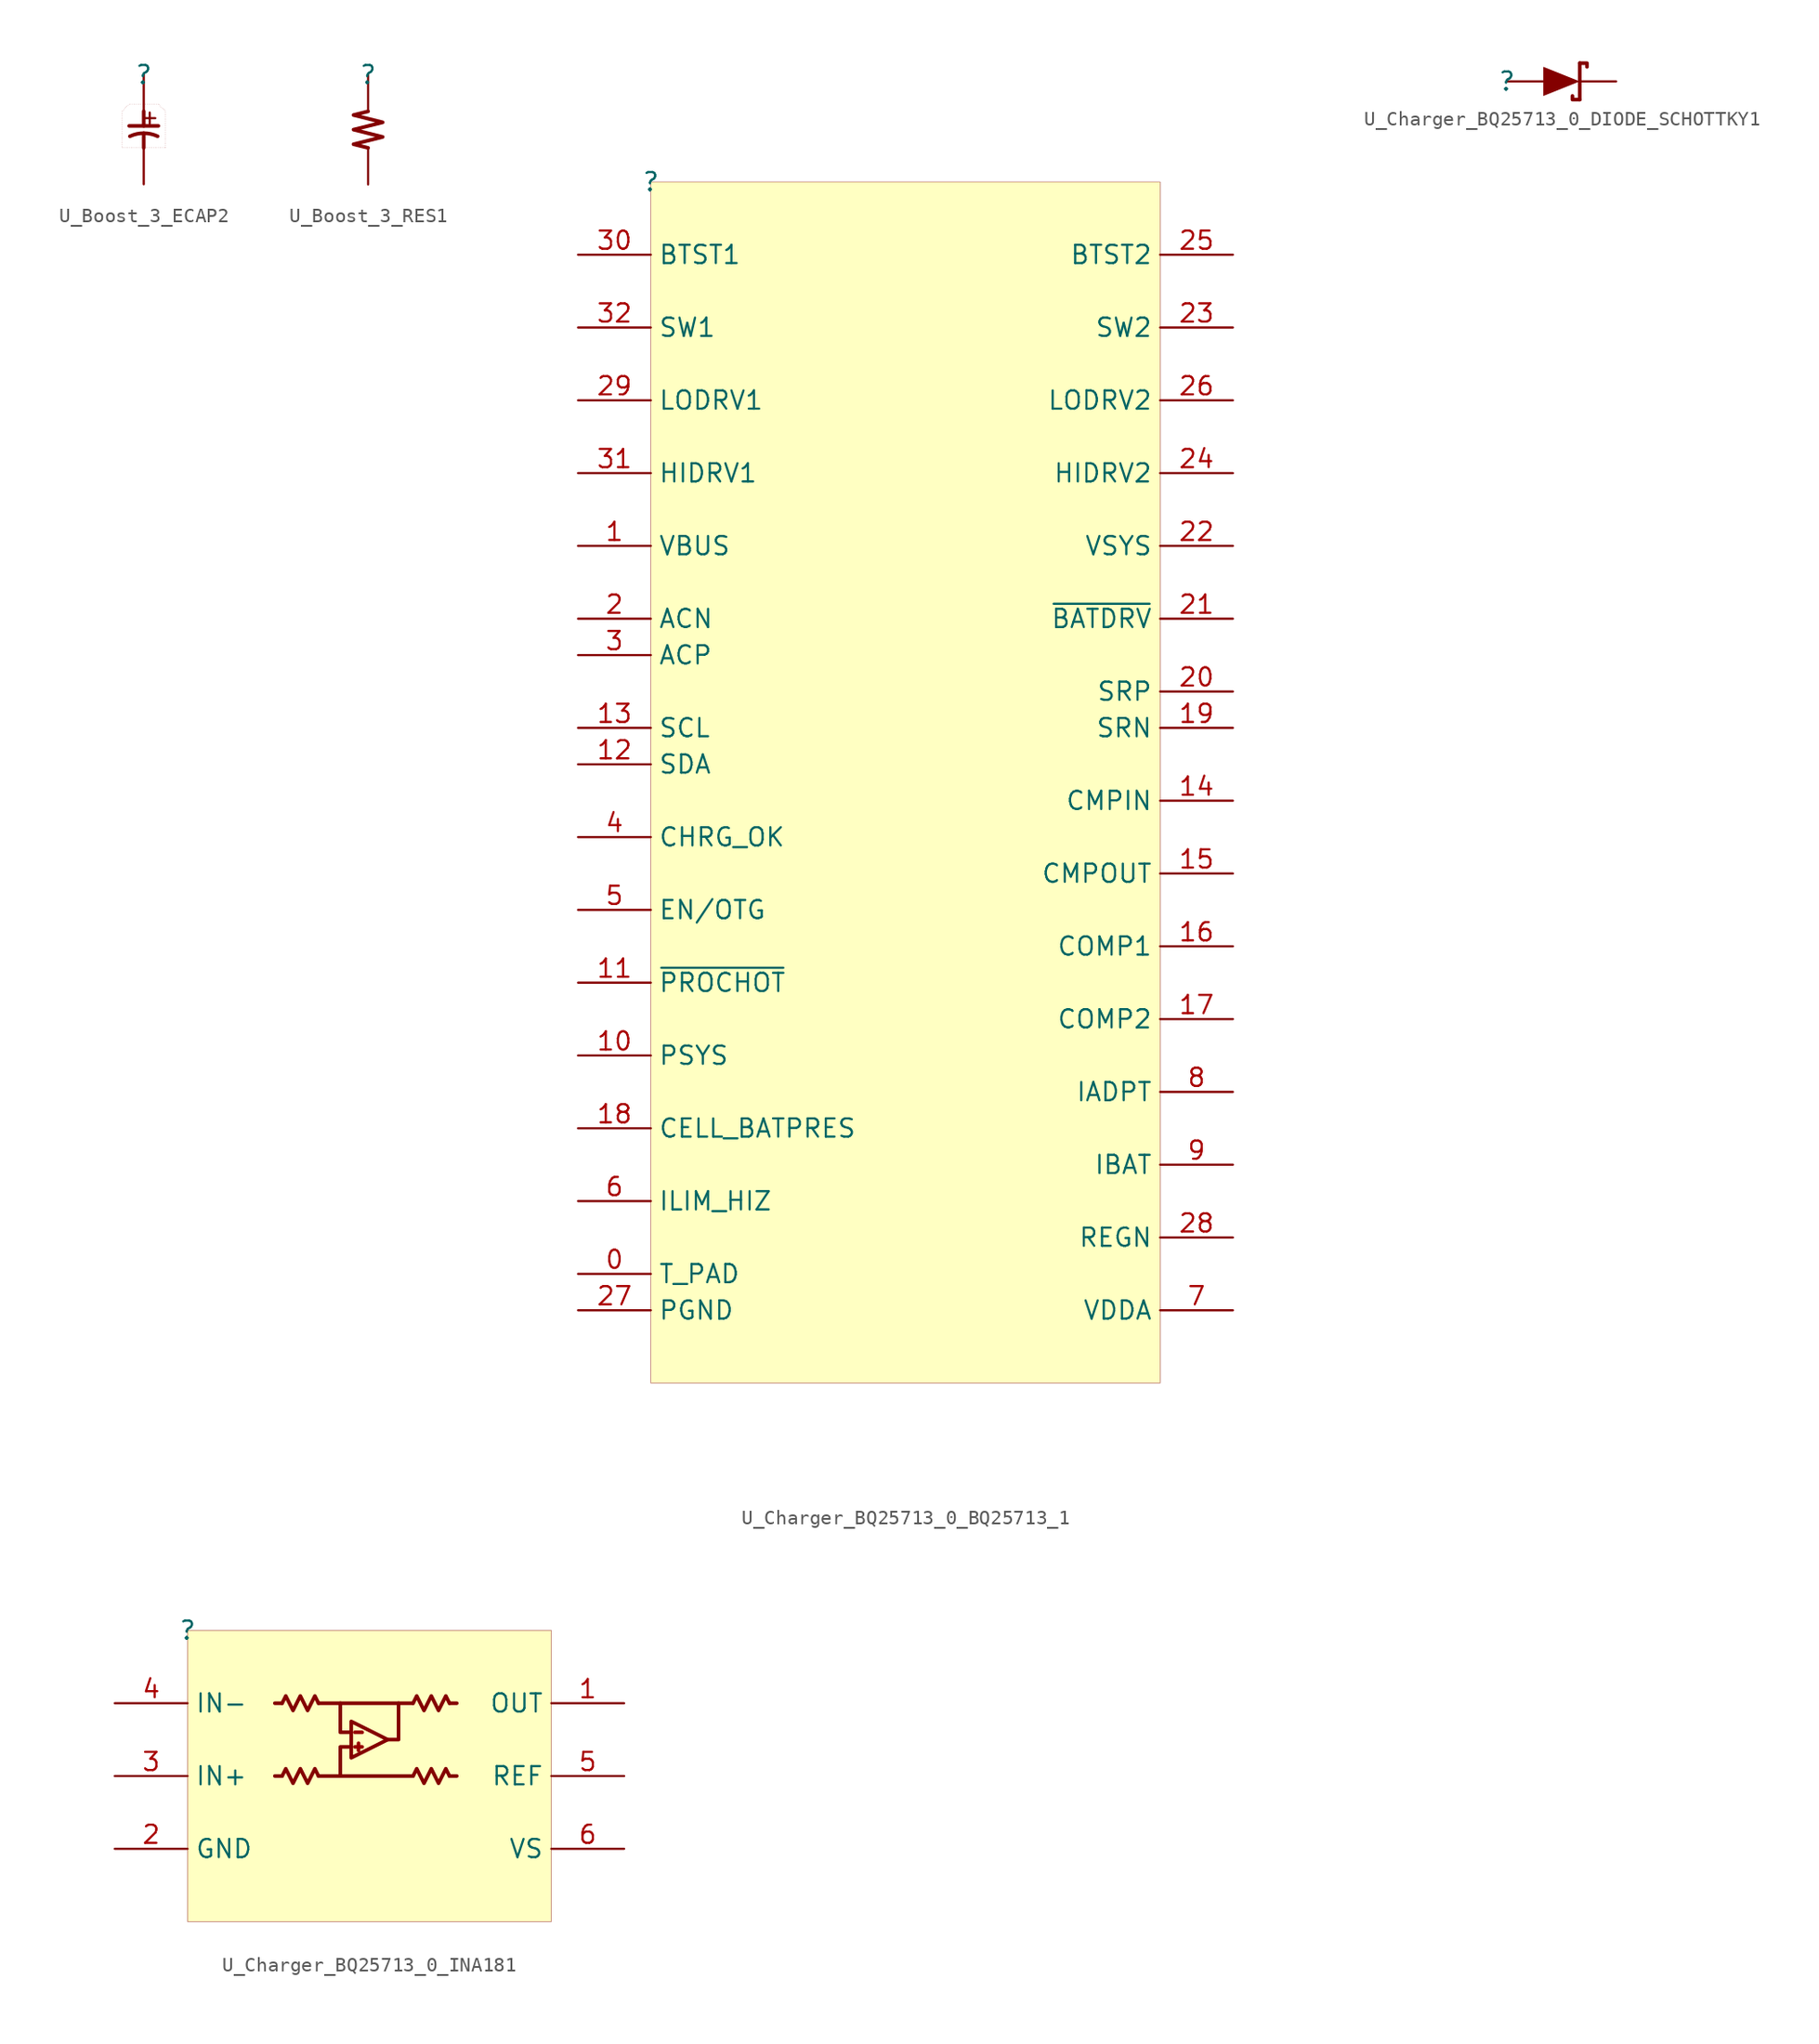
<source format=kicad_sym>
(kicad_symbol_lib
  (version 20231120)
  (generator "kicad_symbol_editor")
  (generator_version "8.0")
  (symbol "U_Boost_3_ECAP2"
    (property "Reference" ""
      (at 0 0 0)
      (effects (font (size 1.27 1.27))))
    (property "Value" ""
      (at 0 0 0)
      (effects (font (size 1.27 1.27))))
    (symbol "U_Boost_3_ECAP2_1_0"
      (polyline (pts (xy 0 -5.08) (xy 0 -4.064)) (stroke (width 0.254) (type solid)) (fill (type none)))
      (polyline (pts (xy 0 -3.556) (xy 0 -2.54)) (stroke (width 0.254) (type solid)) (fill (type none)))
      (polyline (pts (xy 1.016 -3.556) (xy -1.016 -3.556)) (stroke (width 0.254) (type solid)) (fill (type none)))
      (polyline (pts (xy 1.524 -5.08) (xy -1.524 -5.08) (xy -1.524 -2.54) (xy -1.016 -2.032) (xy 1.016 -2.032) (xy 1.524 -2.54) (xy 1.524 -5.08)) (stroke (width 0.025) (type dot)) (fill (type none)))
      (arc (start 0.9661 -4.2782) (mid 0 -4.064) (end -0.9661 -4.2782) (stroke (width 0.254) (type solid)) (fill (type none)))
      (text "+" (at -0.254 -2.286 900) (effects (font (size 1.016 1.016)) (justify right top)))
      (pin passive line (at 0 0 270) (length 2.54) (name "1" (effects (font (size 0 0)))) (number "1" (effects (font (size 0 0)))))
      (pin passive line (at 0 -7.62 90) (length 2.54) (name "2" (effects (font (size 0 0)))) (number "2" (effects (font (size 0 0)))))))
  (symbol "U_Boost_3_RES1"
    (property "Reference" ""
      (at 0 0 0)
      (effects (font (size 1.27 1.27))))
    (property "Value" ""
      (at 0 0 0)
      (effects (font (size 1.27 1.27))))
    (symbol "U_Boost_3_RES1_1_0"
      (polyline (pts (xy 0 -2.54) (xy -1.016 -2.794) (xy 1.016 -3.302) (xy -1.016 -3.81) (xy 1.016 -4.318) (xy -1.016 -4.826) (xy 0 -5.08)) (stroke (width 0.254) (type solid)) (fill (type none)))
      (pin passive line (at 0 0 270) (length 2.54) (name "1" (effects (font (size 0 0)))) (number "1" (effects (font (size 0 0)))))
      (pin passive line (at 0 -7.62 90) (length 2.54) (name "2" (effects (font (size 0 0)))) (number "2" (effects (font (size 0 0)))))))
  (symbol "U_Charger_BQ25713_0_BQ25713_1"
    (property "Reference" ""
      (at 0 0 0)
      (effects (font (size 1.27 1.27))))
    (property "Value" ""
      (at 0 0 0)
      (effects (font (size 1.27 1.27))))
    (symbol "U_Charger_BQ25713_0_BQ25713_1_1_0"
      (rectangle (start 35.56 0) (end 0 -83.82) (stroke (width 0.025) (type solid) (color 128 0 0 1)) (fill (type background)))
      (pin passive line (at -5.08 -76.2 0) (length 5.08) (name "T_PAD" (effects (font (size 1.27 1.27)))) (number "0" (effects (font (size 1.27 1.27)))))
      (pin passive line (at -5.08 -25.4 0) (length 5.08) (name "VBUS" (effects (font (size 1.27 1.27)))) (number "1" (effects (font (size 1.27 1.27)))))
      (pin passive line (at -5.08 -60.96 0) (length 5.08) (name "PSYS" (effects (font (size 1.27 1.27)))) (number "10" (effects (font (size 1.27 1.27)))))
      (pin passive line (at -5.08 -55.88 0) (length 5.08) (name "~{PROCHOT}" (effects (font (size 1.27 1.27)))) (number "11" (effects (font (size 1.27 1.27)))))
      (pin passive line (at -5.08 -40.64 0) (length 5.08) (name "SDA" (effects (font (size 1.27 1.27)))) (number "12" (effects (font (size 1.27 1.27)))))
      (pin passive line (at -5.08 -38.1 0) (length 5.08) (name "SCL" (effects (font (size 1.27 1.27)))) (number "13" (effects (font (size 1.27 1.27)))))
      (pin passive line (at 40.64 -43.18 180) (length 5.08) (name "CMPIN" (effects (font (size 1.27 1.27)))) (number "14" (effects (font (size 1.27 1.27)))))
      (pin passive line (at 40.64 -48.26 180) (length 5.08) (name "CMPOUT" (effects (font (size 1.27 1.27)))) (number "15" (effects (font (size 1.27 1.27)))))
      (pin passive line (at 40.64 -53.34 180) (length 5.08) (name "COMP1" (effects (font (size 1.27 1.27)))) (number "16" (effects (font (size 1.27 1.27)))))
      (pin passive line (at 40.64 -58.42 180) (length 5.08) (name "COMP2" (effects (font (size 1.27 1.27)))) (number "17" (effects (font (size 1.27 1.27)))))
      (pin passive line (at -5.08 -66.04 0) (length 5.08) (name "CELL_BATPRES" (effects (font (size 1.27 1.27)))) (number "18" (effects (font (size 1.27 1.27)))))
      (pin passive line (at 40.64 -38.1 180) (length 5.08) (name "SRN" (effects (font (size 1.27 1.27)))) (number "19" (effects (font (size 1.27 1.27)))))
      (pin passive line (at -5.08 -30.48 0) (length 5.08) (name "ACN" (effects (font (size 1.27 1.27)))) (number "2" (effects (font (size 1.27 1.27)))))
      (pin passive line (at 40.64 -35.56 180) (length 5.08) (name "SRP" (effects (font (size 1.27 1.27)))) (number "20" (effects (font (size 1.27 1.27)))))
      (pin passive line (at 40.64 -30.48 180) (length 5.08) (name "~{BATDRV}" (effects (font (size 1.27 1.27)))) (number "21" (effects (font (size 1.27 1.27)))))
      (pin passive line (at 40.64 -25.4 180) (length 5.08) (name "VSYS" (effects (font (size 1.27 1.27)))) (number "22" (effects (font (size 1.27 1.27)))))
      (pin passive line (at 40.64 -10.16 180) (length 5.08) (name "SW2" (effects (font (size 1.27 1.27)))) (number "23" (effects (font (size 1.27 1.27)))))
      (pin passive line (at 40.64 -20.32 180) (length 5.08) (name "HIDRV2" (effects (font (size 1.27 1.27)))) (number "24" (effects (font (size 1.27 1.27)))))
      (pin passive line (at 40.64 -5.08 180) (length 5.08) (name "BTST2" (effects (font (size 1.27 1.27)))) (number "25" (effects (font (size 1.27 1.27)))))
      (pin passive line (at 40.64 -15.24 180) (length 5.08) (name "LODRV2" (effects (font (size 1.27 1.27)))) (number "26" (effects (font (size 1.27 1.27)))))
      (pin passive line (at -5.08 -78.74 0) (length 5.08) (name "PGND" (effects (font (size 1.27 1.27)))) (number "27" (effects (font (size 1.27 1.27)))))
      (pin passive line (at 40.64 -73.66 180) (length 5.08) (name "REGN" (effects (font (size 1.27 1.27)))) (number "28" (effects (font (size 1.27 1.27)))))
      (pin passive line (at -5.08 -15.24 0) (length 5.08) (name "LODRV1" (effects (font (size 1.27 1.27)))) (number "29" (effects (font (size 1.27 1.27)))))
      (pin passive line (at -5.08 -33.02 0) (length 5.08) (name "ACP" (effects (font (size 1.27 1.27)))) (number "3" (effects (font (size 1.27 1.27)))))
      (pin passive line (at -5.08 -5.08 0) (length 5.08) (name "BTST1" (effects (font (size 1.27 1.27)))) (number "30" (effects (font (size 1.27 1.27)))))
      (pin passive line (at -5.08 -20.32 0) (length 5.08) (name "HIDRV1" (effects (font (size 1.27 1.27)))) (number "31" (effects (font (size 1.27 1.27)))))
      (pin passive line (at -5.08 -10.16 0) (length 5.08) (name "SW1" (effects (font (size 1.27 1.27)))) (number "32" (effects (font (size 1.27 1.27)))))
      (pin passive line (at -5.08 -45.72 0) (length 5.08) (name "CHRG_OK" (effects (font (size 1.27 1.27)))) (number "4" (effects (font (size 1.27 1.27)))))
      (pin passive line (at -5.08 -50.8 0) (length 5.08) (name "EN/OTG" (effects (font (size 1.27 1.27)))) (number "5" (effects (font (size 1.27 1.27)))))
      (pin passive line (at -5.08 -71.12 0) (length 5.08) (name "ILIM_HIZ" (effects (font (size 1.27 1.27)))) (number "6" (effects (font (size 1.27 1.27)))))
      (pin passive line (at 40.64 -78.74 180) (length 5.08) (name "VDDA" (effects (font (size 1.27 1.27)))) (number "7" (effects (font (size 1.27 1.27)))))
      (pin passive line (at 40.64 -63.5 180) (length 5.08) (name "IADPT" (effects (font (size 1.27 1.27)))) (number "8" (effects (font (size 1.27 1.27)))))
      (pin passive line (at 40.64 -68.58 180) (length 5.08) (name "IBAT" (effects (font (size 1.27 1.27)))) (number "9" (effects (font (size 1.27 1.27)))))))
  (symbol "U_Charger_BQ25713_0_DIODE_SCHOTTKY1"
    (property "Reference" ""
      (at 0 0 0)
      (effects (font (size 1.27 1.27))))
    (property "Value" ""
      (at 0 0 0)
      (effects (font (size 1.27 1.27))))
    (symbol "U_Charger_BQ25713_0_DIODE_SCHOTTKY1_1_0"
      (polyline (pts (xy 5.08 1.27) (xy 5.08 -1.27)) (stroke (width 0.254) (type solid)) (fill (type none)))
      (polyline (pts (xy 5.08 -1.27) (xy 4.572 -1.27) (xy 4.572 -1.016)) (stroke (width 0.254) (type solid)) (fill (type none)))
      (polyline (pts (xy 5.08 1.27) (xy 5.588 1.27) (xy 5.588 1.016)) (stroke (width 0.254) (type solid)) (fill (type none)))
      (polyline (pts (xy 5.08 0) (xy 2.54 1.016) (xy 2.54 -1.016) (xy 5.08 0)) (stroke (width -0.0001) (type solid)) (fill (type outline)))
      (pin passive line (at 0 0 0) (length 2.54) (name "A" (effects (font (size 0 0)))) (number "A" (effects (font (size 0 0)))))
      (pin passive line (at 7.62 0 180) (length 2.54) (name "K" (effects (font (size 0 0)))) (number "K" (effects (font (size 0 0)))))))
  (symbol "U_Charger_BQ25713_0_INA181"
    (property "Reference" ""
      (at 0 0 0)
      (effects (font (size 1.27 1.27))))
    (property "Value" ""
      (at 0 0 0)
      (effects (font (size 1.27 1.27))))
    (symbol "U_Charger_BQ25713_0_INA181_1_0"
      (polyline (pts (xy 6.096 -10.16) (xy 6.604 -10.16)) (stroke (width 0.254) (type solid)) (fill (type none)))
      (polyline (pts (xy 6.096 -5.08) (xy 6.604 -5.08)) (stroke (width 0.254) (type solid)) (fill (type none)))
      (polyline (pts (xy 11.684 -8.128) (xy 12.192 -8.128)) (stroke (width 0.254) (type solid) (color 152 0 0 1)) (fill (type none)))
      (polyline (pts (xy 11.684 -7.112) (xy 12.192 -7.112)) (stroke (width 0.254) (type solid) (color 152 0 0 1)) (fill (type none)))
      (polyline (pts (xy 11.938 -7.874) (xy 11.938 -8.382)) (stroke (width 0.254) (type solid) (color 152 0 0 1)) (fill (type none)))
      (polyline (pts (xy 15.748 -10.16) (xy 9.144 -10.16)) (stroke (width 0.254) (type solid)) (fill (type none)))
      (polyline (pts (xy 15.748 -5.08) (xy 9.144 -5.08)) (stroke (width 0.254) (type solid)) (fill (type none)))
      (polyline (pts (xy 18.288 -10.16) (xy 18.796 -10.16)) (stroke (width 0.254) (type solid)) (fill (type none)))
      (polyline (pts (xy 18.288 -5.08) (xy 18.796 -5.08)) (stroke (width 0.254) (type solid)) (fill (type none)))
      (polyline (pts (xy 11.43 -8.128) (xy 10.668 -8.128) (xy 10.668 -10.16)) (stroke (width 0.254) (type solid)) (fill (type none)))
      (polyline (pts (xy 11.43 -7.112) (xy 10.668 -7.112) (xy 10.668 -5.08)) (stroke (width 0.254) (type solid)) (fill (type none)))
      (polyline (pts (xy 13.97 -7.62) (xy 14.732 -7.62) (xy 14.732 -5.08)) (stroke (width 0.254) (type solid)) (fill (type none)))
      (polyline (pts (xy 11.43 -6.35) (xy 11.43 -8.89) (xy 13.97 -7.62) (xy 11.43 -6.35)) (stroke (width 0.254) (type solid)) (fill (type none)))
      (polyline (pts (xy 6.604 -10.16) (xy 6.858 -9.652) (xy 7.366 -10.668) (xy 7.874 -9.652) (xy 8.382 -10.668) (xy 8.89 -9.652) (xy 9.144 -10.16)) (stroke (width 0.254) (type solid)) (fill (type none)))
      (polyline (pts (xy 6.604 -5.08) (xy 6.858 -4.572) (xy 7.366 -5.588) (xy 7.874 -4.572) (xy 8.382 -5.588) (xy 8.89 -4.572) (xy 9.144 -5.08)) (stroke (width 0.254) (type solid)) (fill (type none)))
      (polyline (pts (xy 15.748 -10.16) (xy 16.002 -9.652) (xy 16.51 -10.668) (xy 17.018 -9.652) (xy 17.526 -10.668) (xy 18.034 -9.652) (xy 18.288 -10.16)) (stroke (width 0.254) (type solid)) (fill (type none)))
      (polyline (pts (xy 15.748 -5.08) (xy 16.002 -4.572) (xy 16.51 -5.588) (xy 17.018 -4.572) (xy 17.526 -5.588) (xy 18.034 -4.572) (xy 18.288 -5.08)) (stroke (width 0.254) (type solid)) (fill (type none)))
      (rectangle (start 25.4 0) (end 0 -20.32) (stroke (width 0.025) (type solid) (color 128 0 0 1)) (fill (type background)))
      (pin passive line (at 30.48 -5.08 180) (length 5.08) (name "OUT" (effects (font (size 1.27 1.27)))) (number "1" (effects (font (size 1.27 1.27)))))
      (pin passive line (at -5.08 -15.24 0) (length 5.08) (name "GND" (effects (font (size 1.27 1.27)))) (number "2" (effects (font (size 1.27 1.27)))))
      (pin passive line (at -5.08 -10.16 0) (length 5.08) (name "IN+" (effects (font (size 1.27 1.27)))) (number "3" (effects (font (size 1.27 1.27)))))
      (pin passive line (at -5.08 -5.08 0) (length 5.08) (name "IN-" (effects (font (size 1.27 1.27)))) (number "4" (effects (font (size 1.27 1.27)))))
      (pin passive line (at 30.48 -10.16 180) (length 5.08) (name "REF" (effects (font (size 1.27 1.27)))) (number "5" (effects (font (size 1.27 1.27)))))
      (pin passive line (at 30.48 -15.24 180) (length 5.08) (name "VS" (effects (font (size 1.27 1.27)))) (number "6" (effects (font (size 1.27 1.27))))))))
</source>
